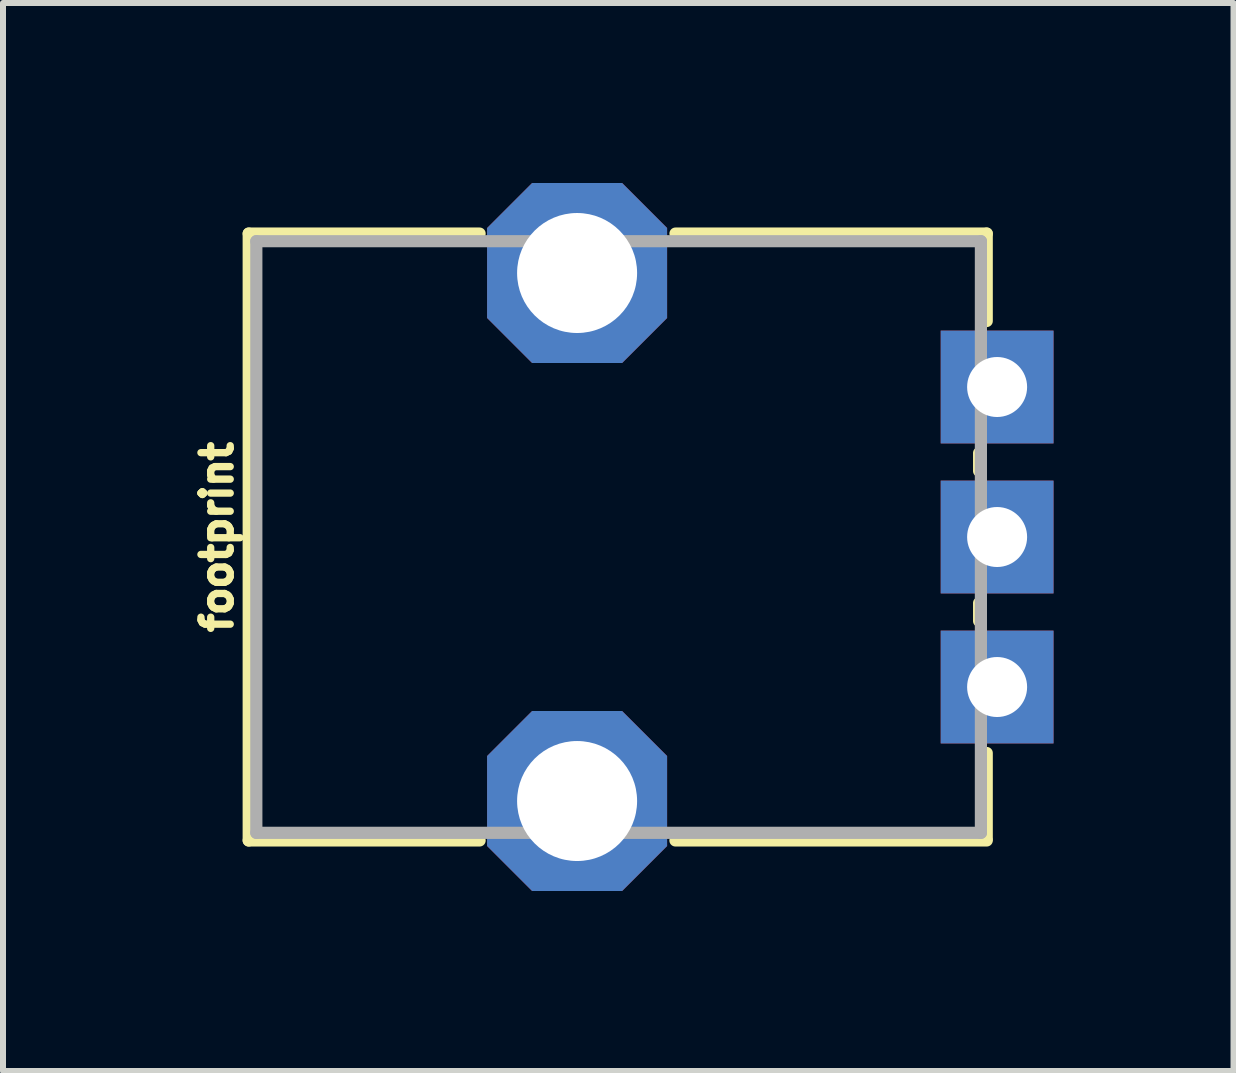
<source format=kicad_pcb>
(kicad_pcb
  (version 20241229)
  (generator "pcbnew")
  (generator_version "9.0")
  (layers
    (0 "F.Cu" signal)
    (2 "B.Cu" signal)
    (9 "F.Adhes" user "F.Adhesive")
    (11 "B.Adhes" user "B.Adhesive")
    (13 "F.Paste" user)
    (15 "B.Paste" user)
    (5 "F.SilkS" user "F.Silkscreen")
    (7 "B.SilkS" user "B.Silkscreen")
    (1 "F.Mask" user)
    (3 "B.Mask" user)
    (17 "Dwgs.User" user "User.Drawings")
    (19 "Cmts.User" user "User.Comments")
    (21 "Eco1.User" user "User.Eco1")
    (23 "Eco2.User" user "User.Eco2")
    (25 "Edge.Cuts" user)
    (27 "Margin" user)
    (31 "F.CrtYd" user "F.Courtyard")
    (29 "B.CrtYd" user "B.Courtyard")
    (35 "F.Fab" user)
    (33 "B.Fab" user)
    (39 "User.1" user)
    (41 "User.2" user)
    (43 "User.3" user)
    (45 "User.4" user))
  (footprint "footprint"
    (layer "F.Cu")
    (at 6.568 5.9)
    (property "Reference" "footprint" (at -5.715 0 90) (layer "F.SilkS") (effects (font (size 0.488 0.488) (thickness 0.122)) (justify bottom)))
    (fp_line (start -5.473 -5.057) (end -5.473 5.057) (stroke (width 0.203) (type solid)) (layer "F.SilkS"))
    (fp_line (start -5.473 -5.057) (end -1.625 -5.057) (stroke (width 0.203) (type solid)) (layer "F.SilkS"))
    (fp_line (start -5.473 5.057) (end -1.625 5.057) (stroke (width 0.203) (type solid)) (layer "F.SilkS"))
    (fp_line (start 1.639 5.057) (end 6.827 5.057) (stroke (width 0.203) (type solid)) (layer "F.SilkS"))
    (fp_line (start 1.64 -5.057) (end 6.827 -5.057) (stroke (width 0.203) (type solid)) (layer "F.SilkS"))
    (fp_line (start 6.7 -1.4) (end 6.7 -1.1) (stroke (width 0.203) (type solid)) (layer "F.SilkS"))
    (fp_line (start 6.7 1.1) (end 6.7 1.4) (stroke (width 0.203) (type solid)) (layer "F.SilkS"))
    (fp_line (start 6.827 -5.057) (end 6.827 -3.6) (stroke (width 0.203) (type solid)) (layer "F.SilkS"))
    (fp_line (start 6.827 3.6) (end 6.827 5.027) (stroke (width 0.203) (type solid)) (layer "F.SilkS"))
    (fp_line (start -5.346 -4.93) (end 6.73 -4.93) (stroke (width 0.203) (type solid)) (layer "F.Fab"))
    (fp_line (start -5.346 4.93) (end -5.346 -4.93) (stroke (width 0.203) (type solid)) (layer "F.Fab"))
    (fp_line (start 6.73 -4.93) (end 6.73 4.93) (stroke (width 0.203) (type solid)) (layer "F.Fab"))
    (fp_line (start 6.73 4.93) (end -5.346 4.93) (stroke (width 0.203) (type solid)) (layer "F.Fab"))
    (pad "P$1" thru_hole rect (at 7 2.5) (size 1.88 1.88) (drill 1) (layers "*.Cu" "*.Mask"))
    (pad "P$2" thru_hole rect (at 7 0) (size 1.88 1.88) (drill 1) (layers "*.Cu" "*.Mask"))
    (pad "P$3" thru_hole rect (at 7 -2.5) (size 1.88 1.88) (drill 1) (layers "*.Cu" "*.Mask"))
    (pad "P$4" thru_hole roundrect (at 0 4.4) (size 3 3) (drill 2) (layers "*.Cu" "*.Mask") (roundrect_rratio 0.25) (chamfer_ratio 0.25) (chamfer top_left top_right bottom_left bottom_right))
    (pad "P$5" thru_hole roundrect (at 0 -4.4) (size 3 3) (drill 2) (layers "*.Cu" "*.Mask") (roundrect_rratio 0.25) (chamfer_ratio 0.25) (chamfer top_left top_right bottom_left bottom_right)))
  (gr_rect
    (start -3 -3)
    (end 17.508 14.8)
    (stroke (width 0.1) (type default))
    (fill no)
    (layer "Edge.Cuts")))
</source>
